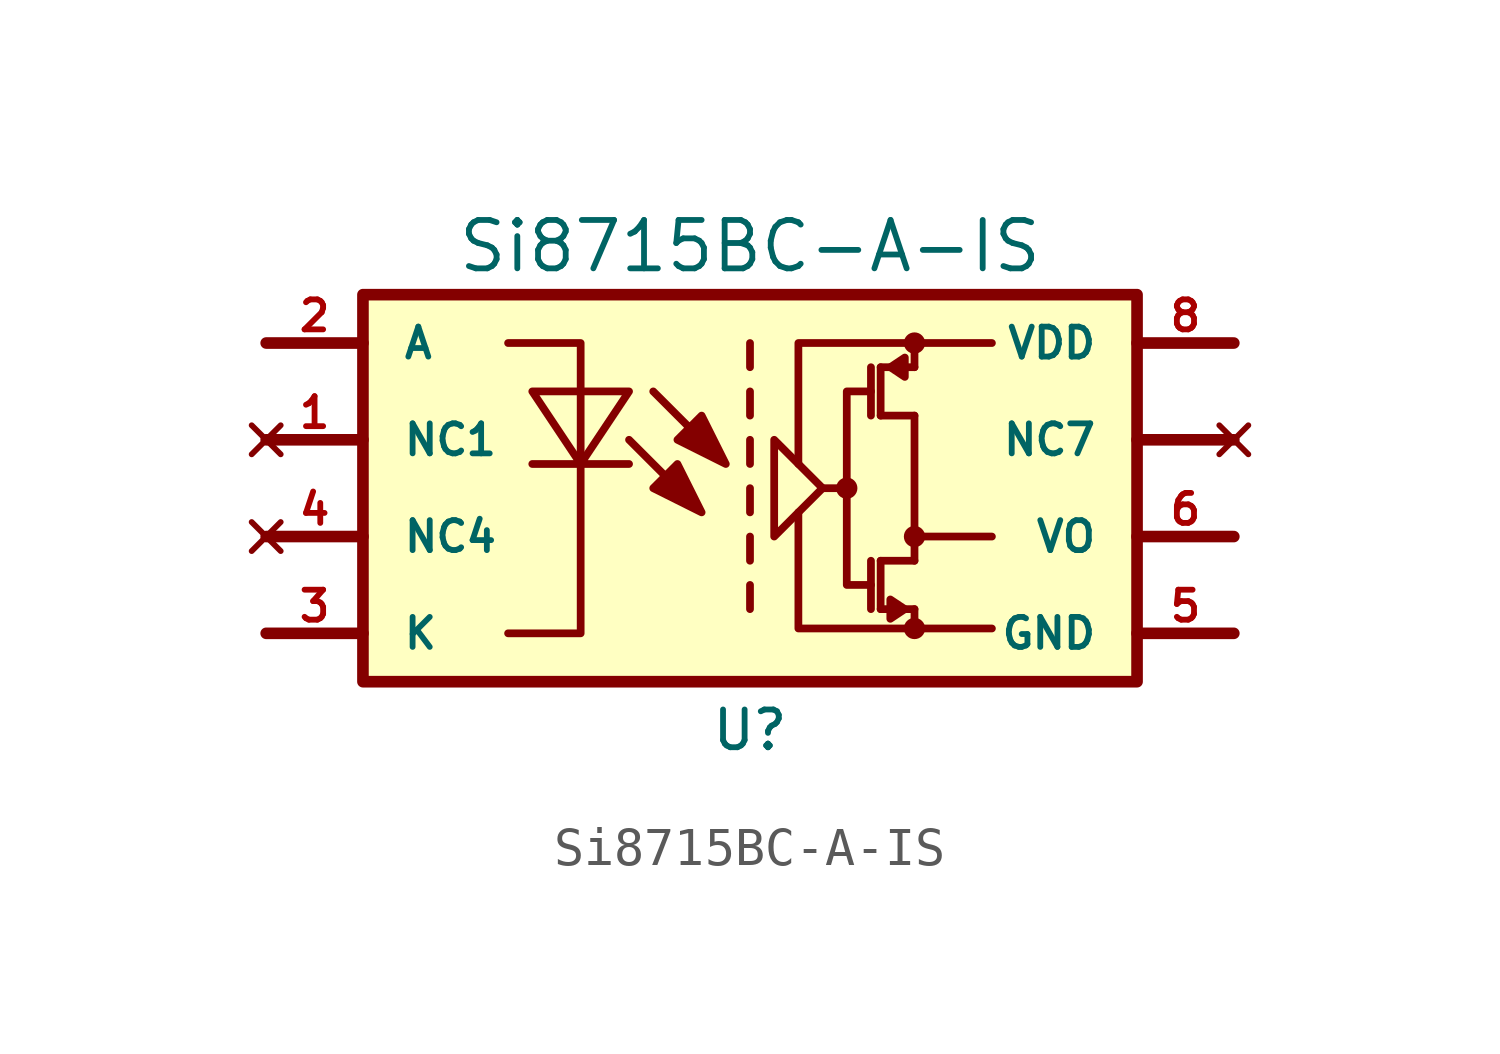
<source format=kicad_sym>
(kicad_symbol_lib
  (version 20211014)
  (generator kicad_symbol_editor)
  (symbol "Si8715BC-A-IS"
    (pin_names
      (offset 1.016))
    (property "Reference" "U"
      (at 0 -6.35 0)
      (effects (font (size 0.991 0.991))))
    (property "Value" "Si8715BC-A-IS"
      (at 0 6.35 0)
      (effects (font (size 1.27 1.27))))
    (property "Datasheet" ""
      (at -2.54 0 0)
      (effects (font (size 1.27 1.27))))
    (symbol "Si8715BC-A-IS_0_1"
      (rectangle (start -10.16 5.08) (end 10.16 -5.08) (stroke (width 0.305) (type default) (color 0 0 0 0)) (fill (type background)))
      (polyline (pts (xy -12.7 -3.81) (xy -10.16 -3.81)) (stroke (width 0.305) (type default) (color 0 0 0 0)) (fill (type none)))
      (polyline (pts (xy -12.7 -1.27) (xy -10.16 -1.27)) (stroke (width 0.305) (type default) (color 0 0 0 0)) (fill (type none)))
      (polyline (pts (xy -12.7 3.81) (xy -10.16 3.81)) (stroke (width 0.305) (type default) (color 0 0 0 0)) (fill (type none)))
      (polyline (pts (xy -10.16 1.27) (xy -12.7 1.27)) (stroke (width 0.305) (type default) (color 0 0 0 0)) (fill (type none)))
      (polyline (pts (xy 0 -2.54) (xy 0 -3.175)) (stroke (width 0.203) (type default) (color 0 0 0 0)) (fill (type none)))
      (polyline (pts (xy 0 -1.27) (xy 0 -1.905)) (stroke (width 0.203) (type default) (color 0 0 0 0)) (fill (type none)))
      (polyline (pts (xy 0 0) (xy 0 -0.635)) (stroke (width 0.203) (type default) (color 0 0 0 0)) (fill (type none)))
      (polyline (pts (xy 0 1.27) (xy 0 0.635)) (stroke (width 0.203) (type default) (color 0 0 0 0)) (fill (type none)))
      (polyline (pts (xy 0 2.54) (xy 0 1.905)) (stroke (width 0.203) (type default) (color 0 0 0 0)) (fill (type none)))
      (polyline (pts (xy 0 3.81) (xy 0 3.175)) (stroke (width 0.203) (type default) (color 0 0 0 0)) (fill (type none)))
      (polyline (pts (xy 3.175 -1.905) (xy 3.175 -3.175)) (stroke (width 0.203) (type default) (color 0 0 0 0)) (fill (type none)))
      (polyline (pts (xy 3.175 3.175) (xy 3.175 1.905)) (stroke (width 0.203) (type default) (color 0 0 0 0)) (fill (type none)))
      (polyline (pts (xy 3.429 -3.175) (xy 4.318 -3.175)) (stroke (width 0.203) (type default) (color 0 0 0 0)) (fill (type none)))
      (polyline (pts (xy 3.429 -1.905) (xy 3.429 -3.175)) (stroke (width 0.203) (type default) (color 0 0 0 0)) (fill (type none)))
      (polyline (pts (xy 3.429 1.905) (xy 4.318 1.905)) (stroke (width 0.203) (type default) (color 0 0 0 0)) (fill (type none)))
      (polyline (pts (xy 3.429 3.175) (xy 3.429 1.905)) (stroke (width 0.203) (type default) (color 0 0 0 0)) (fill (type none)))
      (polyline (pts (xy 3.429 3.175) (xy 4.318 3.175)) (stroke (width 0.203) (type default) (color 0 0 0 0)) (fill (type none)))
      (polyline (pts (xy 4.318 -1.905) (xy 3.429 -1.905)) (stroke (width 0.203) (type default) (color 0 0 0 0)) (fill (type none)))
      (polyline (pts (xy 4.318 1.905) (xy 4.318 -1.905)) (stroke (width 0.203) (type default) (color 0 0 0 0)) (fill (type none)))
      (polyline (pts (xy 6.35 -1.27) (xy 4.445 -1.27)) (stroke (width 0.203) (type default) (color 0 0 0 0)) (fill (type none)))
      (polyline (pts (xy 10.16 -3.81) (xy 12.7 -3.81)) (stroke (width 0.305) (type default) (color 0 0 0 0)) (fill (type none)))
      (polyline (pts (xy 10.16 1.27) (xy 12.7 1.27)) (stroke (width 0.305) (type default) (color 0 0 0 0)) (fill (type none)))
      (polyline (pts (xy 12.7 -1.27) (xy 10.16 -1.27)) (stroke (width 0.305) (type default) (color 0 0 0 0)) (fill (type none)))
      (polyline (pts (xy 12.7 3.81) (xy 10.16 3.81)) (stroke (width 0.305) (type default) (color 0 0 0 0)) (fill (type none)))
      (polyline (pts (xy 2.54 0) (xy 2.54 -2.54) (xy 3.175 -2.54)) (stroke (width 0.203) (type default) (color 0 0 0 0)) (fill (type none)))
      (polyline (pts (xy 4.318 -3.683) (xy 1.27 -3.683) (xy 1.27 -0.635)) (stroke (width 0.203) (type default) (color 0 0 0 0)) (fill (type none)))
      (polyline (pts (xy 4.318 -3.175) (xy 4.318 -3.683) (xy 6.35 -3.683)) (stroke (width 0.203) (type default) (color 0 0 0 0)) (fill (type none)))
      (polyline (pts (xy 4.318 3.175) (xy 4.318 3.81) (xy 6.35 3.81)) (stroke (width 0.203) (type default) (color 0 0 0 0)) (fill (type none)))
      (polyline (pts (xy 4.318 3.81) (xy 1.27 3.81) (xy 1.27 0.635)) (stroke (width 0.203) (type default) (color 0 0 0 0)) (fill (type none)))
      (polyline (pts (xy -6.35 3.81) (xy -4.445 3.81) (xy -4.445 -3.81) (xy -6.35 -3.81)) (stroke (width 0.203) (type default) (color 0 0 0 0)) (fill (type none)))
      (polyline (pts (xy 1.905 0) (xy 2.54 0) (xy 2.54 2.54) (xy 3.175 2.54)) (stroke (width 0.203) (type default) (color 0 0 0 0)) (fill (type none)))
      (polyline (pts (xy 4.064 -3.175) (xy 3.683 -2.921) (xy 3.683 -3.429) (xy 4.064 -3.175)) (stroke (width 0.203) (type default) (color 0 0 0 0)) (fill (type outline)))
      (polyline (pts (xy -2.54 2.54) (xy -0.635 0.635) (xy -1.27 1.905) (xy -1.905 1.27) (xy -0.635 0.635)) (stroke (width 0.203) (type default) (color 0 0 0 0)) (fill (type outline)))
      (polyline (pts (xy 0.635 1.27) (xy 0.635 -1.27) (xy 1.27 -0.635) (xy 1.905 0) (xy 0.635 1.27)) (stroke (width 0.203) (type default) (color 0 0 0 0)) (fill (type none)))
      (polyline (pts (xy -5.715 0.635) (xy -4.445 0.635) (xy -5.715 2.54) (xy -3.175 2.54) (xy -4.445 0.635) (xy -3.175 0.635)) (stroke (width 0.203) (type default) (color 0 0 0 0)) (fill (type none)))
      (circle (center 2.54 0) (radius 0.178) (stroke (width 0.203) (type default) (color 0 0 0 0)) (fill (type outline))))
    (symbol "Si8715BC-A-IS_1_1"
      (polyline (pts (xy 3.683 3.175) (xy 4.064 3.429) (xy 4.064 2.921) (xy 3.683 3.175)) (stroke (width 0.203) (type default) (color 0 0 0 0)) (fill (type outline)))
      (polyline (pts (xy -3.175 1.27) (xy -1.27 -0.635) (xy -1.905 0.635) (xy -2.54 0) (xy -1.27 -0.635)) (stroke (width 0.203) (type default) (color 0 0 0 0)) (fill (type outline)))
      (circle (center 4.318 -3.683) (radius 0.178) (stroke (width 0.203) (type default) (color 0 0 0 0)) (fill (type outline)))
      (circle (center 4.318 -1.27) (radius 0.178) (stroke (width 0.203) (type default) (color 0 0 0 0)) (fill (type outline)))
      (circle (center 4.318 3.81) (radius 0.178) (stroke (width 0.203) (type default) (color 0 0 0 0)) (fill (type outline)))
      (pin no_connect line (at -12.7 1.27 0) (length 2.54) (name "NC1" (effects (font (size 0.787 0.787)))) (number "1" (effects (font (size 0.787 0.787)))))
      (pin input line (at -12.7 3.81 0) (length 2.54) (name "A" (effects (font (size 0.787 0.787)))) (number "2" (effects (font (size 0.787 0.787)))))
      (pin input line (at -12.7 -3.81 0) (length 2.54) (name "K" (effects (font (size 0.787 0.787)))) (number "3" (effects (font (size 0.787 0.787)))))
      (pin no_connect line (at -12.7 -1.27 0) (length 2.54) (name "NC4" (effects (font (size 0.787 0.787)))) (number "4" (effects (font (size 0.787 0.787)))))
      (pin power_in line (at 12.7 -3.81 180) (length 2.54) (name "GND" (effects (font (size 0.787 0.787)))) (number "5" (effects (font (size 0.787 0.787)))))
      (pin output line (at 12.7 -1.27 180) (length 2.54) (name "VO" (effects (font (size 0.787 0.787)))) (number "6" (effects (font (size 0.787 0.787)))))
      (pin power_in line (at 12.7 3.81 180) (length 2.54) (name "VDD" (effects (font (size 0.787 0.787)))) (number "8" (effects (font (size 0.787 0.787)))))
      (pin no_connect line (at 12.7 1.27 180) (length 2.54) (name "NC7" (effects (font (size 0.787 0.787)))) (number "~" (effects (font (size 0.787 0.787))))))))
</source>
